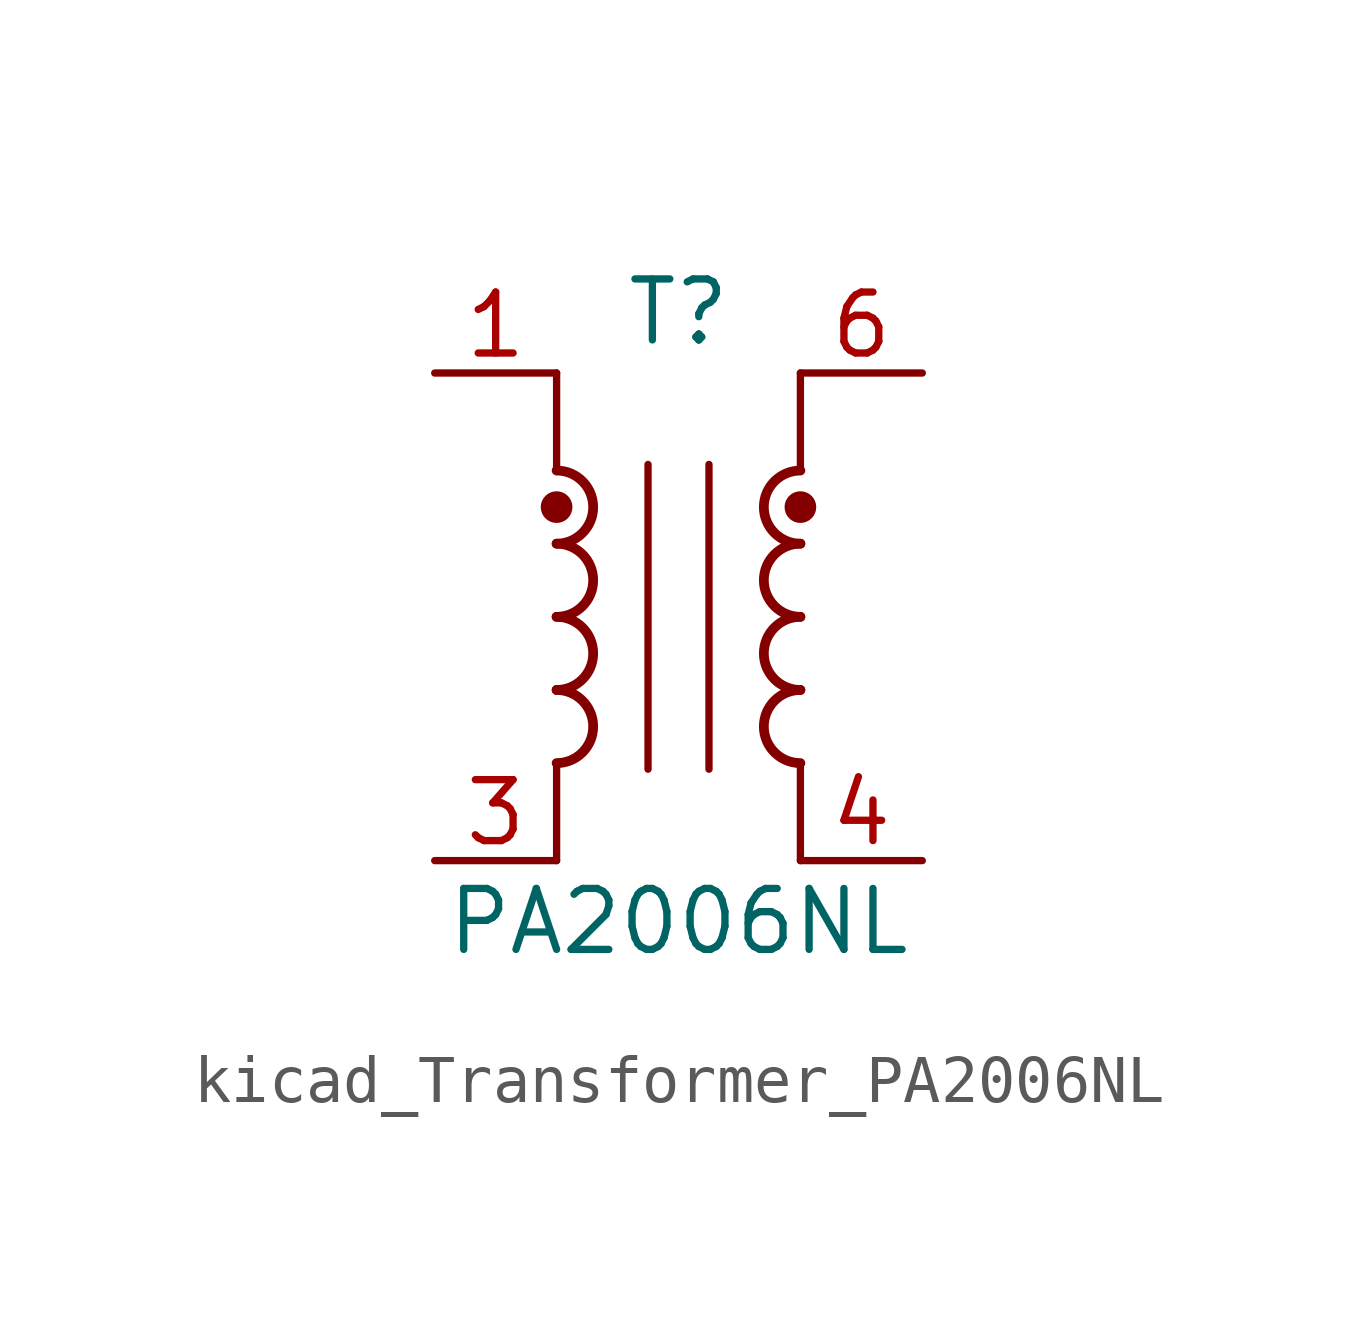
<source format=kicad_sym>
(kicad_symbol_lib
  (version 20220914)
  (generator kicad_symbol_editor)
  (symbol "kicad_Transformer_PA2006NL"
    (pin_names hide)
    (property "Reference" "T"
      (at 0 6.35 0)
      (effects (font (size 1.27 1.27))))
    (property "Value" "PA2006NL"
      (at 0 -6.35 0)
      (effects (font (size 1.27 1.27))))
    (symbol "kicad_Transformer_PA2006NL_0_1"
      (arc (start -2.54 -3.048) (mid -1.7813 -2.286) (end -2.54 -1.524) (stroke (width 0.2032) (type default)) (fill (type none)))
      (arc (start -2.54 -1.524) (mid -1.7813 -0.762) (end -2.54 0) (stroke (width 0.2032) (type default)) (fill (type none)))
      (arc (start -2.54 0) (mid -1.7813 0.762) (end -2.54 1.524) (stroke (width 0.2032) (type default)) (fill (type none)))
      (circle (center -2.54 2.286) (radius 0.254) (stroke (width 0) (type default)) (fill (type outline)))
      (polyline (pts (xy -2.54 -3.048) (xy -2.54 -5.08)) (stroke (width 0) (type default)) (fill (type none)))
      (polyline (pts (xy -2.54 5.08) (xy -2.54 3.048)) (stroke (width 0) (type default)) (fill (type none)))
      (polyline (pts (xy -0.635 3.175) (xy -0.635 -3.175)) (stroke (width 0) (type default)) (fill (type none)))
      (polyline (pts (xy 0.635 3.175) (xy 0.635 -3.175)) (stroke (width 0) (type default)) (fill (type none)))
      (polyline (pts (xy 2.54 -3.048) (xy 2.54 -5.08)) (stroke (width 0) (type default)) (fill (type none)))
      (polyline (pts (xy 2.54 5.08) (xy 2.54 3.048)) (stroke (width 0) (type default)) (fill (type none)))
      (arc (start 2.54 -1.524) (mid 1.7813 -2.286) (end 2.54 -3.048) (stroke (width 0.2032) (type default)) (fill (type none)))
      (arc (start 2.54 0) (mid 1.7813 -0.762) (end 2.54 -1.524) (stroke (width 0.2032) (type default)) (fill (type none)))
      (arc (start 2.54 1.524) (mid 1.7813 0.762) (end 2.54 0) (stroke (width 0.2032) (type default)) (fill (type none)))
      (circle (center 2.54 2.286) (radius 0.254) (stroke (width 0) (type default)) (fill (type outline)))
      (arc (start 2.54 3.048) (mid 1.7813 2.286) (end 2.54 1.524) (stroke (width 0.2032) (type default)) (fill (type none))))
    (symbol "kicad_Transformer_PA2006NL_1_1"
      (arc (start -2.54 1.524) (mid -1.7813 2.286) (end -2.54 3.048) (stroke (width 0.2032) (type default)) (fill (type none)))
      (pin passive line (at -5.08 5.08 0) (length 2.54) (name "~" (effects (font (size 1.27 1.27)))) (number "1" (effects (font (size 1.27 1.27)))))
      (pin passive line (at -5.08 -5.08 0) (length 2.54) (name "~" (effects (font (size 1.27 1.27)))) (number "3" (effects (font (size 1.27 1.27)))))
      (pin passive line (at 5.08 -5.08 180) (length 2.54) (name "~" (effects (font (size 1.27 1.27)))) (number "4" (effects (font (size 1.27 1.27)))))
      (pin passive line (at 5.08 5.08 180) (length 2.54) (name "~" (effects (font (size 1.27 1.27)))) (number "6" (effects (font (size 1.27 1.27))))))))
</source>
